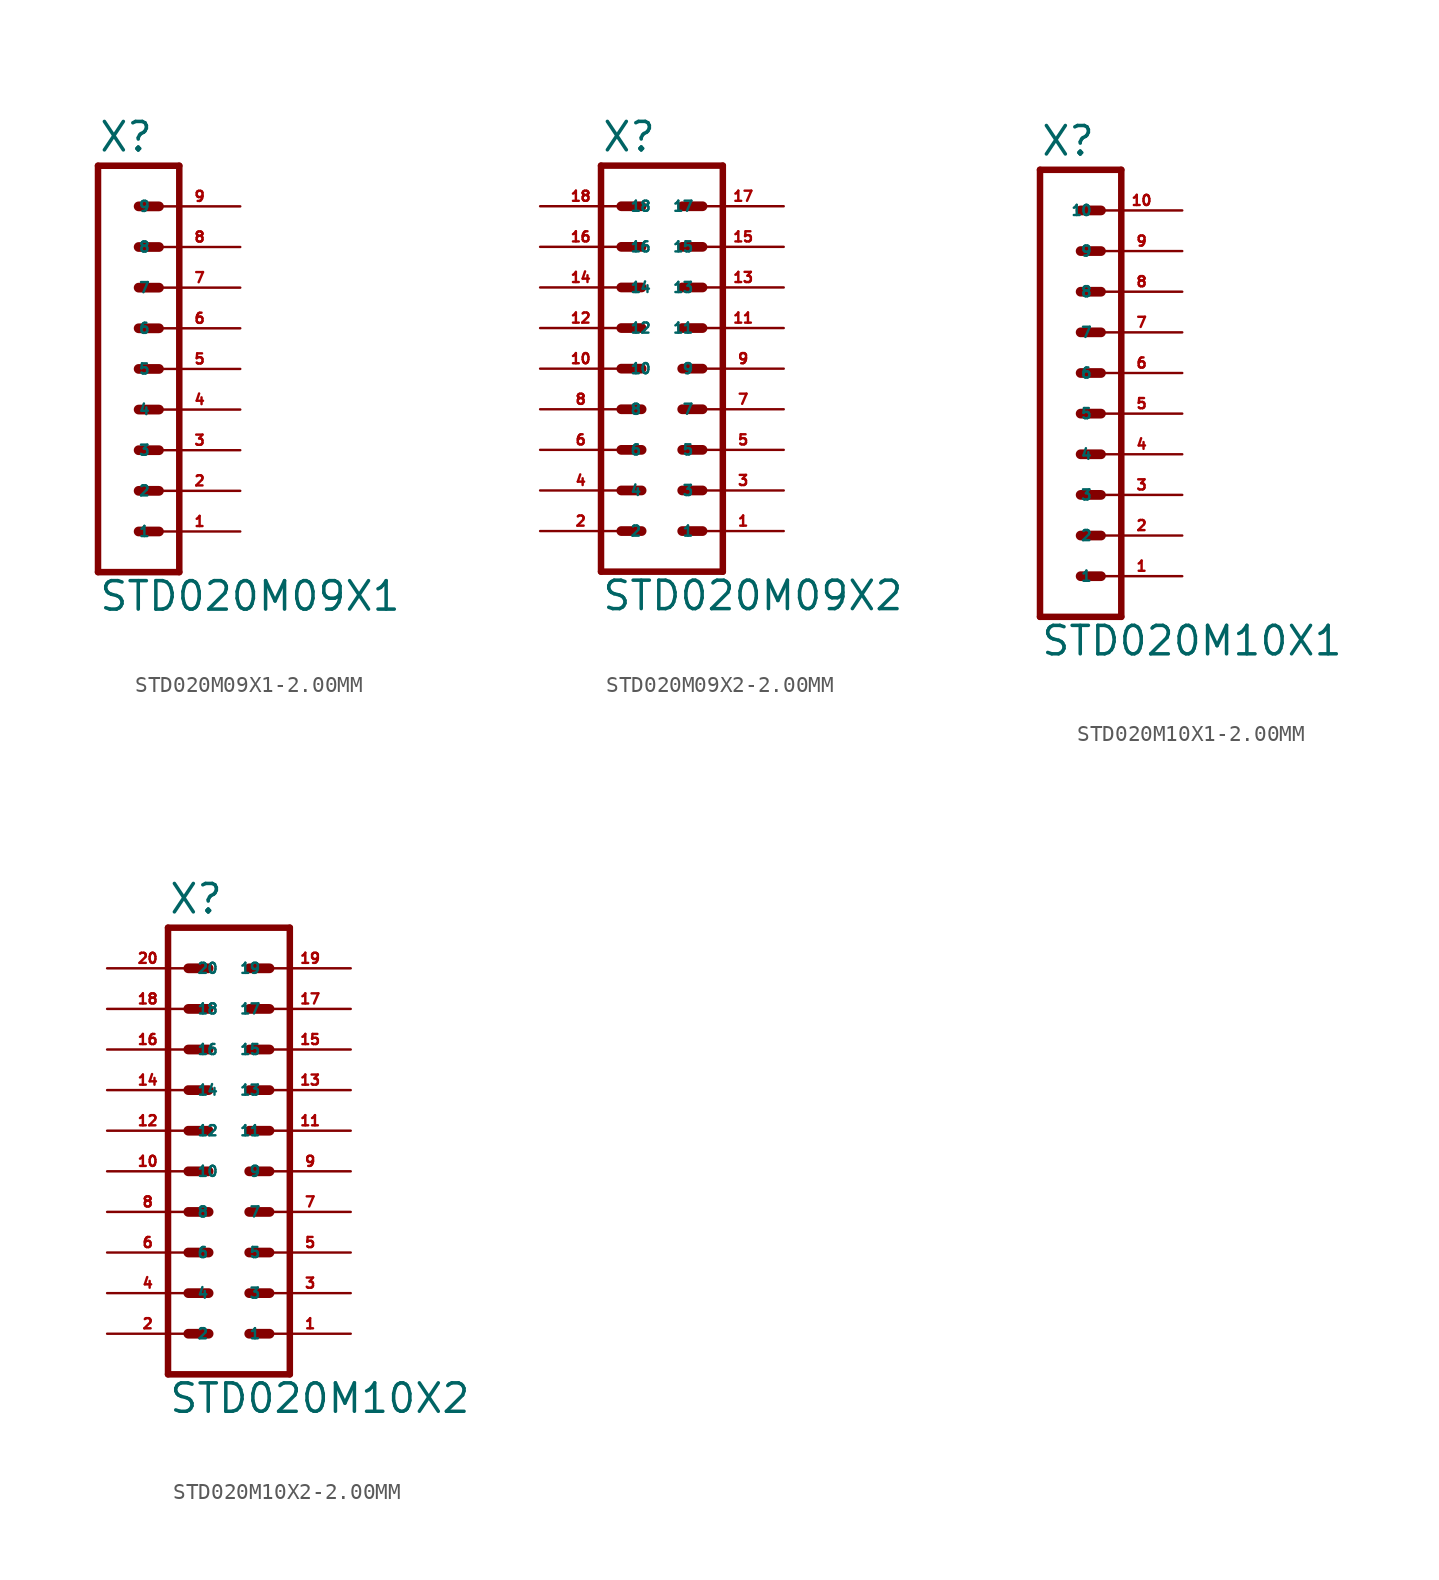
<source format=kicad_sym>
(kicad_symbol_lib
  (version 20220914)
  (generator Eagle2Kicad)
  (symbol "STD020M09X1-2.00MM"
    (property "Reference" "X"
      (at -1.27 13.462 0)
      (effects (font (size 1.778 1.778) (thickness 0.22)) (justify left bottom)))
    (property "Value" "STD020M09X1"
      (at -1.27 -15.24 0)
      (effects (font (size 1.778 1.778) (thickness 0.22)) (justify left bottom)))
    (polyline
      (pts (xy 3.81 -12.7) (xy -1.27 -12.7))
      (stroke (width 0.406) (type default))
      (fill (type none)))
    (polyline
      (pts (xy 1.27 -5.08) (xy 2.54 -5.08))
      (stroke (width 0.61) (type default))
      (fill (type none)))
    (polyline
      (pts (xy 1.27 -7.62) (xy 2.54 -7.62))
      (stroke (width 0.61) (type default))
      (fill (type none)))
    (polyline
      (pts (xy 1.27 -10.16) (xy 2.54 -10.16))
      (stroke (width 0.61) (type default))
      (fill (type none)))
    (polyline
      (pts (xy 1.27 0) (xy 2.54 0))
      (stroke (width 0.61) (type default))
      (fill (type none)))
    (polyline
      (pts (xy 1.27 -2.54) (xy 2.54 -2.54))
      (stroke (width 0.61) (type default))
      (fill (type none)))
    (polyline
      (pts (xy 1.27 7.62) (xy 2.54 7.62))
      (stroke (width 0.61) (type default))
      (fill (type none)))
    (polyline
      (pts (xy 1.27 5.08) (xy 2.54 5.08))
      (stroke (width 0.61) (type default))
      (fill (type none)))
    (polyline
      (pts (xy 1.27 2.54) (xy 2.54 2.54))
      (stroke (width 0.61) (type default))
      (fill (type none)))
    (polyline
      (pts (xy 1.27 10.16) (xy 2.54 10.16))
      (stroke (width 0.61) (type default))
      (fill (type none)))
    (polyline
      (pts (xy -1.27 12.7) (xy -1.27 -12.7))
      (stroke (width 0.406) (type default))
      (fill (type none)))
    (polyline
      (pts (xy 3.81 -12.7) (xy 3.81 12.7))
      (stroke (width 0.406) (type default))
      (fill (type none)))
    (polyline
      (pts (xy -1.27 12.7) (xy 3.81 12.7))
      (stroke (width 0.406) (type default))
      (fill (type none)))
    (pin passive line
      (at 7.62 -10.16 180)
      (length 5.08)
      (name "1" (effects (font (size 0.635 0.635) (thickness 0.08)) (justify left bottom)))
      (number "1" (effects (font (size 0.635 0.635) (thickness 0.08)) (justify left bottom))))
    (pin passive line
      (at 7.62 -7.62 180)
      (length 5.08)
      (name "2" (effects (font (size 0.635 0.635) (thickness 0.08)) (justify left bottom)))
      (number "2" (effects (font (size 0.635 0.635) (thickness 0.08)) (justify left bottom))))
    (pin passive line
      (at 7.62 -5.08 180)
      (length 5.08)
      (name "3" (effects (font (size 0.635 0.635) (thickness 0.08)) (justify left bottom)))
      (number "3" (effects (font (size 0.635 0.635) (thickness 0.08)) (justify left bottom))))
    (pin passive line
      (at 7.62 -2.54 180)
      (length 5.08)
      (name "4" (effects (font (size 0.635 0.635) (thickness 0.08)) (justify left bottom)))
      (number "4" (effects (font (size 0.635 0.635) (thickness 0.08)) (justify left bottom))))
    (pin passive line
      (at 7.62 0 180)
      (length 5.08)
      (name "5" (effects (font (size 0.635 0.635) (thickness 0.08)) (justify left bottom)))
      (number "5" (effects (font (size 0.635 0.635) (thickness 0.08)) (justify left bottom))))
    (pin passive line
      (at 7.62 2.54 180)
      (length 5.08)
      (name "6" (effects (font (size 0.635 0.635) (thickness 0.08)) (justify left bottom)))
      (number "6" (effects (font (size 0.635 0.635) (thickness 0.08)) (justify left bottom))))
    (pin passive line
      (at 7.62 5.08 180)
      (length 5.08)
      (name "7" (effects (font (size 0.635 0.635) (thickness 0.08)) (justify left bottom)))
      (number "7" (effects (font (size 0.635 0.635) (thickness 0.08)) (justify left bottom))))
    (pin passive line
      (at 7.62 7.62 180)
      (length 5.08)
      (name "8" (effects (font (size 0.635 0.635) (thickness 0.08)) (justify left bottom)))
      (number "8" (effects (font (size 0.635 0.635) (thickness 0.08)) (justify left bottom))))
    (pin passive line
      (at 7.62 10.16 180)
      (length 5.08)
      (name "9" (effects (font (size 0.635 0.635) (thickness 0.08)) (justify left bottom)))
      (number "9" (effects (font (size 0.635 0.635) (thickness 0.08)) (justify left bottom)))))
  (symbol "STD020M09X2-2.00MM"
    (property "Reference" "X"
      (at -3.81 13.462 0)
      (effects (font (size 1.778 1.778) (thickness 0.22)) (justify left bottom)))
    (property "Value" "STD020M09X2"
      (at -3.81 -15.24 0)
      (effects (font (size 1.778 1.778) (thickness 0.22)) (justify left bottom)))
    (polyline
      (pts (xy 3.81 -12.7) (xy -3.81 -12.7))
      (stroke (width 0.406) (type default))
      (fill (type none)))
    (polyline
      (pts (xy 1.27 -5.08) (xy 2.54 -5.08))
      (stroke (width 0.61) (type default))
      (fill (type none)))
    (polyline
      (pts (xy 1.27 -7.62) (xy 2.54 -7.62))
      (stroke (width 0.61) (type default))
      (fill (type none)))
    (polyline
      (pts (xy 1.27 -10.16) (xy 2.54 -10.16))
      (stroke (width 0.61) (type default))
      (fill (type none)))
    (polyline
      (pts (xy -2.54 -5.08) (xy -1.27 -5.08))
      (stroke (width 0.61) (type default))
      (fill (type none)))
    (polyline
      (pts (xy -2.54 -7.62) (xy -1.27 -7.62))
      (stroke (width 0.61) (type default))
      (fill (type none)))
    (polyline
      (pts (xy -2.54 -10.16) (xy -1.27 -10.16))
      (stroke (width 0.61) (type default))
      (fill (type none)))
    (polyline
      (pts (xy 1.27 0) (xy 2.54 0))
      (stroke (width 0.61) (type default))
      (fill (type none)))
    (polyline
      (pts (xy 1.27 -2.54) (xy 2.54 -2.54))
      (stroke (width 0.61) (type default))
      (fill (type none)))
    (polyline
      (pts (xy -2.54 0) (xy -1.27 0))
      (stroke (width 0.61) (type default))
      (fill (type none)))
    (polyline
      (pts (xy -2.54 -2.54) (xy -1.27 -2.54))
      (stroke (width 0.61) (type default))
      (fill (type none)))
    (polyline
      (pts (xy 1.27 7.62) (xy 2.54 7.62))
      (stroke (width 0.61) (type default))
      (fill (type none)))
    (polyline
      (pts (xy 1.27 5.08) (xy 2.54 5.08))
      (stroke (width 0.61) (type default))
      (fill (type none)))
    (polyline
      (pts (xy 1.27 2.54) (xy 2.54 2.54))
      (stroke (width 0.61) (type default))
      (fill (type none)))
    (polyline
      (pts (xy -2.54 7.62) (xy -1.27 7.62))
      (stroke (width 0.61) (type default))
      (fill (type none)))
    (polyline
      (pts (xy -2.54 5.08) (xy -1.27 5.08))
      (stroke (width 0.61) (type default))
      (fill (type none)))
    (polyline
      (pts (xy -2.54 2.54) (xy -1.27 2.54))
      (stroke (width 0.61) (type default))
      (fill (type none)))
    (polyline
      (pts (xy -3.81 12.7) (xy -3.81 -12.7))
      (stroke (width 0.406) (type default))
      (fill (type none)))
    (polyline
      (pts (xy 3.81 -12.7) (xy 3.81 12.7))
      (stroke (width 0.406) (type default))
      (fill (type none)))
    (polyline
      (pts (xy -3.81 12.7) (xy 3.81 12.7))
      (stroke (width 0.406) (type default))
      (fill (type none)))
    (polyline
      (pts (xy 1.27 10.16) (xy 2.54 10.16))
      (stroke (width 0.61) (type default))
      (fill (type none)))
    (polyline
      (pts (xy -2.54 10.16) (xy -1.27 10.16))
      (stroke (width 0.61) (type default))
      (fill (type none)))
    (pin passive line
      (at 7.62 -10.16 180)
      (length 5.08)
      (name "1" (effects (font (size 0.635 0.635) (thickness 0.08)) (justify left bottom)))
      (number "1" (effects (font (size 0.635 0.635) (thickness 0.08)) (justify left bottom))))
    (pin passive line
      (at 7.62 -7.62 180)
      (length 5.08)
      (name "3" (effects (font (size 0.635 0.635) (thickness 0.08)) (justify left bottom)))
      (number "3" (effects (font (size 0.635 0.635) (thickness 0.08)) (justify left bottom))))
    (pin passive line
      (at 7.62 -5.08 180)
      (length 5.08)
      (name "5" (effects (font (size 0.635 0.635) (thickness 0.08)) (justify left bottom)))
      (number "5" (effects (font (size 0.635 0.635) (thickness 0.08)) (justify left bottom))))
    (pin passive line
      (at -7.62 -10.16 0)
      (length 5.08)
      (name "2" (effects (font (size 0.635 0.635) (thickness 0.08)) (justify left bottom)))
      (number "2" (effects (font (size 0.635 0.635) (thickness 0.08)) (justify left bottom))))
    (pin passive line
      (at -7.62 -7.62 0)
      (length 5.08)
      (name "4" (effects (font (size 0.635 0.635) (thickness 0.08)) (justify left bottom)))
      (number "4" (effects (font (size 0.635 0.635) (thickness 0.08)) (justify left bottom))))
    (pin passive line
      (at -7.62 -5.08 0)
      (length 5.08)
      (name "6" (effects (font (size 0.635 0.635) (thickness 0.08)) (justify left bottom)))
      (number "6" (effects (font (size 0.635 0.635) (thickness 0.08)) (justify left bottom))))
    (pin passive line
      (at 7.62 -2.54 180)
      (length 5.08)
      (name "7" (effects (font (size 0.635 0.635) (thickness 0.08)) (justify left bottom)))
      (number "7" (effects (font (size 0.635 0.635) (thickness 0.08)) (justify left bottom))))
    (pin passive line
      (at 7.62 0 180)
      (length 5.08)
      (name "9" (effects (font (size 0.635 0.635) (thickness 0.08)) (justify left bottom)))
      (number "9" (effects (font (size 0.635 0.635) (thickness 0.08)) (justify left bottom))))
    (pin passive line
      (at -7.62 -2.54 0)
      (length 5.08)
      (name "8" (effects (font (size 0.635 0.635) (thickness 0.08)) (justify left bottom)))
      (number "8" (effects (font (size 0.635 0.635) (thickness 0.08)) (justify left bottom))))
    (pin passive line
      (at -7.62 0 0)
      (length 5.08)
      (name "10" (effects (font (size 0.635 0.635) (thickness 0.08)) (justify left bottom)))
      (number "10" (effects (font (size 0.635 0.635) (thickness 0.08)) (justify left bottom))))
    (pin passive line
      (at 7.62 2.54 180)
      (length 5.08)
      (name "11" (effects (font (size 0.635 0.635) (thickness 0.08)) (justify left bottom)))
      (number "11" (effects (font (size 0.635 0.635) (thickness 0.08)) (justify left bottom))))
    (pin passive line
      (at 7.62 5.08 180)
      (length 5.08)
      (name "13" (effects (font (size 0.635 0.635) (thickness 0.08)) (justify left bottom)))
      (number "13" (effects (font (size 0.635 0.635) (thickness 0.08)) (justify left bottom))))
    (pin passive line
      (at 7.62 7.62 180)
      (length 5.08)
      (name "15" (effects (font (size 0.635 0.635) (thickness 0.08)) (justify left bottom)))
      (number "15" (effects (font (size 0.635 0.635) (thickness 0.08)) (justify left bottom))))
    (pin passive line
      (at -7.62 2.54 0)
      (length 5.08)
      (name "12" (effects (font (size 0.635 0.635) (thickness 0.08)) (justify left bottom)))
      (number "12" (effects (font (size 0.635 0.635) (thickness 0.08)) (justify left bottom))))
    (pin passive line
      (at -7.62 5.08 0)
      (length 5.08)
      (name "14" (effects (font (size 0.635 0.635) (thickness 0.08)) (justify left bottom)))
      (number "14" (effects (font (size 0.635 0.635) (thickness 0.08)) (justify left bottom))))
    (pin passive line
      (at -7.62 7.62 0)
      (length 5.08)
      (name "16" (effects (font (size 0.635 0.635) (thickness 0.08)) (justify left bottom)))
      (number "16" (effects (font (size 0.635 0.635) (thickness 0.08)) (justify left bottom))))
    (pin passive line
      (at 7.62 10.16 180)
      (length 5.08)
      (name "17" (effects (font (size 0.635 0.635) (thickness 0.08)) (justify left bottom)))
      (number "17" (effects (font (size 0.635 0.635) (thickness 0.08)) (justify left bottom))))
    (pin passive line
      (at -7.62 10.16 0)
      (length 5.08)
      (name "18" (effects (font (size 0.635 0.635) (thickness 0.08)) (justify left bottom)))
      (number "18" (effects (font (size 0.635 0.635) (thickness 0.08)) (justify left bottom)))))
  (symbol "STD020M10X1-2.00MM"
    (property "Reference" "X"
      (at -1.27 16.002 0)
      (effects (font (size 1.778 1.778) (thickness 0.22)) (justify left bottom)))
    (property "Value" "STD020M10X1"
      (at -1.27 -15.24 0)
      (effects (font (size 1.778 1.778) (thickness 0.22)) (justify left bottom)))
    (polyline
      (pts (xy 3.81 -12.7) (xy -1.27 -12.7))
      (stroke (width 0.406) (type default))
      (fill (type none)))
    (polyline
      (pts (xy 1.27 -5.08) (xy 2.54 -5.08))
      (stroke (width 0.61) (type default))
      (fill (type none)))
    (polyline
      (pts (xy 1.27 -7.62) (xy 2.54 -7.62))
      (stroke (width 0.61) (type default))
      (fill (type none)))
    (polyline
      (pts (xy 1.27 -10.16) (xy 2.54 -10.16))
      (stroke (width 0.61) (type default))
      (fill (type none)))
    (polyline
      (pts (xy 1.27 0) (xy 2.54 0))
      (stroke (width 0.61) (type default))
      (fill (type none)))
    (polyline
      (pts (xy 1.27 -2.54) (xy 2.54 -2.54))
      (stroke (width 0.61) (type default))
      (fill (type none)))
    (polyline
      (pts (xy 1.27 7.62) (xy 2.54 7.62))
      (stroke (width 0.61) (type default))
      (fill (type none)))
    (polyline
      (pts (xy 1.27 5.08) (xy 2.54 5.08))
      (stroke (width 0.61) (type default))
      (fill (type none)))
    (polyline
      (pts (xy 1.27 2.54) (xy 2.54 2.54))
      (stroke (width 0.61) (type default))
      (fill (type none)))
    (polyline
      (pts (xy 1.27 12.7) (xy 2.54 12.7))
      (stroke (width 0.61) (type default))
      (fill (type none)))
    (polyline
      (pts (xy 1.27 10.16) (xy 2.54 10.16))
      (stroke (width 0.61) (type default))
      (fill (type none)))
    (polyline
      (pts (xy -1.27 15.24) (xy -1.27 -12.7))
      (stroke (width 0.406) (type default))
      (fill (type none)))
    (polyline
      (pts (xy 3.81 -12.7) (xy 3.81 15.24))
      (stroke (width 0.406) (type default))
      (fill (type none)))
    (polyline
      (pts (xy -1.27 15.24) (xy 3.81 15.24))
      (stroke (width 0.406) (type default))
      (fill (type none)))
    (pin passive line
      (at 7.62 -10.16 180)
      (length 5.08)
      (name "1" (effects (font (size 0.635 0.635) (thickness 0.08)) (justify left bottom)))
      (number "1" (effects (font (size 0.635 0.635) (thickness 0.08)) (justify left bottom))))
    (pin passive line
      (at 7.62 -7.62 180)
      (length 5.08)
      (name "2" (effects (font (size 0.635 0.635) (thickness 0.08)) (justify left bottom)))
      (number "2" (effects (font (size 0.635 0.635) (thickness 0.08)) (justify left bottom))))
    (pin passive line
      (at 7.62 -5.08 180)
      (length 5.08)
      (name "3" (effects (font (size 0.635 0.635) (thickness 0.08)) (justify left bottom)))
      (number "3" (effects (font (size 0.635 0.635) (thickness 0.08)) (justify left bottom))))
    (pin passive line
      (at 7.62 -2.54 180)
      (length 5.08)
      (name "4" (effects (font (size 0.635 0.635) (thickness 0.08)) (justify left bottom)))
      (number "4" (effects (font (size 0.635 0.635) (thickness 0.08)) (justify left bottom))))
    (pin passive line
      (at 7.62 0 180)
      (length 5.08)
      (name "5" (effects (font (size 0.635 0.635) (thickness 0.08)) (justify left bottom)))
      (number "5" (effects (font (size 0.635 0.635) (thickness 0.08)) (justify left bottom))))
    (pin passive line
      (at 7.62 2.54 180)
      (length 5.08)
      (name "6" (effects (font (size 0.635 0.635) (thickness 0.08)) (justify left bottom)))
      (number "6" (effects (font (size 0.635 0.635) (thickness 0.08)) (justify left bottom))))
    (pin passive line
      (at 7.62 5.08 180)
      (length 5.08)
      (name "7" (effects (font (size 0.635 0.635) (thickness 0.08)) (justify left bottom)))
      (number "7" (effects (font (size 0.635 0.635) (thickness 0.08)) (justify left bottom))))
    (pin passive line
      (at 7.62 7.62 180)
      (length 5.08)
      (name "8" (effects (font (size 0.635 0.635) (thickness 0.08)) (justify left bottom)))
      (number "8" (effects (font (size 0.635 0.635) (thickness 0.08)) (justify left bottom))))
    (pin passive line
      (at 7.62 10.16 180)
      (length 5.08)
      (name "9" (effects (font (size 0.635 0.635) (thickness 0.08)) (justify left bottom)))
      (number "9" (effects (font (size 0.635 0.635) (thickness 0.08)) (justify left bottom))))
    (pin passive line
      (at 7.62 12.7 180)
      (length 5.08)
      (name "10" (effects (font (size 0.635 0.635) (thickness 0.08)) (justify left bottom)))
      (number "10" (effects (font (size 0.635 0.635) (thickness 0.08)) (justify left bottom)))))
  (symbol "STD020M10X2-2.00MM"
    (property "Reference" "X"
      (at -3.81 16.002 0)
      (effects (font (size 1.778 1.778) (thickness 0.22)) (justify left bottom)))
    (property "Value" "STD020M10X2"
      (at -3.81 -15.24 0)
      (effects (font (size 1.778 1.778) (thickness 0.22)) (justify left bottom)))
    (polyline
      (pts (xy 3.81 -12.7) (xy -3.81 -12.7))
      (stroke (width 0.406) (type default))
      (fill (type none)))
    (polyline
      (pts (xy 1.27 -5.08) (xy 2.54 -5.08))
      (stroke (width 0.61) (type default))
      (fill (type none)))
    (polyline
      (pts (xy 1.27 -7.62) (xy 2.54 -7.62))
      (stroke (width 0.61) (type default))
      (fill (type none)))
    (polyline
      (pts (xy 1.27 -10.16) (xy 2.54 -10.16))
      (stroke (width 0.61) (type default))
      (fill (type none)))
    (polyline
      (pts (xy -2.54 -5.08) (xy -1.27 -5.08))
      (stroke (width 0.61) (type default))
      (fill (type none)))
    (polyline
      (pts (xy -2.54 -7.62) (xy -1.27 -7.62))
      (stroke (width 0.61) (type default))
      (fill (type none)))
    (polyline
      (pts (xy -2.54 -10.16) (xy -1.27 -10.16))
      (stroke (width 0.61) (type default))
      (fill (type none)))
    (polyline
      (pts (xy 1.27 0) (xy 2.54 0))
      (stroke (width 0.61) (type default))
      (fill (type none)))
    (polyline
      (pts (xy 1.27 -2.54) (xy 2.54 -2.54))
      (stroke (width 0.61) (type default))
      (fill (type none)))
    (polyline
      (pts (xy -2.54 0) (xy -1.27 0))
      (stroke (width 0.61) (type default))
      (fill (type none)))
    (polyline
      (pts (xy -2.54 -2.54) (xy -1.27 -2.54))
      (stroke (width 0.61) (type default))
      (fill (type none)))
    (polyline
      (pts (xy 1.27 7.62) (xy 2.54 7.62))
      (stroke (width 0.61) (type default))
      (fill (type none)))
    (polyline
      (pts (xy 1.27 5.08) (xy 2.54 5.08))
      (stroke (width 0.61) (type default))
      (fill (type none)))
    (polyline
      (pts (xy 1.27 2.54) (xy 2.54 2.54))
      (stroke (width 0.61) (type default))
      (fill (type none)))
    (polyline
      (pts (xy -2.54 7.62) (xy -1.27 7.62))
      (stroke (width 0.61) (type default))
      (fill (type none)))
    (polyline
      (pts (xy -2.54 5.08) (xy -1.27 5.08))
      (stroke (width 0.61) (type default))
      (fill (type none)))
    (polyline
      (pts (xy -2.54 2.54) (xy -1.27 2.54))
      (stroke (width 0.61) (type default))
      (fill (type none)))
    (polyline
      (pts (xy -3.81 15.24) (xy -3.81 -12.7))
      (stroke (width 0.406) (type default))
      (fill (type none)))
    (polyline
      (pts (xy 3.81 -12.7) (xy 3.81 15.24))
      (stroke (width 0.406) (type default))
      (fill (type none)))
    (polyline
      (pts (xy -3.81 15.24) (xy 3.81 15.24))
      (stroke (width 0.406) (type default))
      (fill (type none)))
    (polyline
      (pts (xy 1.27 12.7) (xy 2.54 12.7))
      (stroke (width 0.61) (type default))
      (fill (type none)))
    (polyline
      (pts (xy 1.27 10.16) (xy 2.54 10.16))
      (stroke (width 0.61) (type default))
      (fill (type none)))
    (polyline
      (pts (xy -2.54 12.7) (xy -1.27 12.7))
      (stroke (width 0.61) (type default))
      (fill (type none)))
    (polyline
      (pts (xy -2.54 10.16) (xy -1.27 10.16))
      (stroke (width 0.61) (type default))
      (fill (type none)))
    (pin passive line
      (at 7.62 -10.16 180)
      (length 5.08)
      (name "1" (effects (font (size 0.635 0.635) (thickness 0.08)) (justify left bottom)))
      (number "1" (effects (font (size 0.635 0.635) (thickness 0.08)) (justify left bottom))))
    (pin passive line
      (at 7.62 -7.62 180)
      (length 5.08)
      (name "3" (effects (font (size 0.635 0.635) (thickness 0.08)) (justify left bottom)))
      (number "3" (effects (font (size 0.635 0.635) (thickness 0.08)) (justify left bottom))))
    (pin passive line
      (at 7.62 -5.08 180)
      (length 5.08)
      (name "5" (effects (font (size 0.635 0.635) (thickness 0.08)) (justify left bottom)))
      (number "5" (effects (font (size 0.635 0.635) (thickness 0.08)) (justify left bottom))))
    (pin passive line
      (at -7.62 -10.16 0)
      (length 5.08)
      (name "2" (effects (font (size 0.635 0.635) (thickness 0.08)) (justify left bottom)))
      (number "2" (effects (font (size 0.635 0.635) (thickness 0.08)) (justify left bottom))))
    (pin passive line
      (at -7.62 -7.62 0)
      (length 5.08)
      (name "4" (effects (font (size 0.635 0.635) (thickness 0.08)) (justify left bottom)))
      (number "4" (effects (font (size 0.635 0.635) (thickness 0.08)) (justify left bottom))))
    (pin passive line
      (at -7.62 -5.08 0)
      (length 5.08)
      (name "6" (effects (font (size 0.635 0.635) (thickness 0.08)) (justify left bottom)))
      (number "6" (effects (font (size 0.635 0.635) (thickness 0.08)) (justify left bottom))))
    (pin passive line
      (at 7.62 -2.54 180)
      (length 5.08)
      (name "7" (effects (font (size 0.635 0.635) (thickness 0.08)) (justify left bottom)))
      (number "7" (effects (font (size 0.635 0.635) (thickness 0.08)) (justify left bottom))))
    (pin passive line
      (at 7.62 0 180)
      (length 5.08)
      (name "9" (effects (font (size 0.635 0.635) (thickness 0.08)) (justify left bottom)))
      (number "9" (effects (font (size 0.635 0.635) (thickness 0.08)) (justify left bottom))))
    (pin passive line
      (at -7.62 -2.54 0)
      (length 5.08)
      (name "8" (effects (font (size 0.635 0.635) (thickness 0.08)) (justify left bottom)))
      (number "8" (effects (font (size 0.635 0.635) (thickness 0.08)) (justify left bottom))))
    (pin passive line
      (at -7.62 0 0)
      (length 5.08)
      (name "10" (effects (font (size 0.635 0.635) (thickness 0.08)) (justify left bottom)))
      (number "10" (effects (font (size 0.635 0.635) (thickness 0.08)) (justify left bottom))))
    (pin passive line
      (at 7.62 2.54 180)
      (length 5.08)
      (name "11" (effects (font (size 0.635 0.635) (thickness 0.08)) (justify left bottom)))
      (number "11" (effects (font (size 0.635 0.635) (thickness 0.08)) (justify left bottom))))
    (pin passive line
      (at 7.62 5.08 180)
      (length 5.08)
      (name "13" (effects (font (size 0.635 0.635) (thickness 0.08)) (justify left bottom)))
      (number "13" (effects (font (size 0.635 0.635) (thickness 0.08)) (justify left bottom))))
    (pin passive line
      (at 7.62 7.62 180)
      (length 5.08)
      (name "15" (effects (font (size 0.635 0.635) (thickness 0.08)) (justify left bottom)))
      (number "15" (effects (font (size 0.635 0.635) (thickness 0.08)) (justify left bottom))))
    (pin passive line
      (at -7.62 2.54 0)
      (length 5.08)
      (name "12" (effects (font (size 0.635 0.635) (thickness 0.08)) (justify left bottom)))
      (number "12" (effects (font (size 0.635 0.635) (thickness 0.08)) (justify left bottom))))
    (pin passive line
      (at -7.62 5.08 0)
      (length 5.08)
      (name "14" (effects (font (size 0.635 0.635) (thickness 0.08)) (justify left bottom)))
      (number "14" (effects (font (size 0.635 0.635) (thickness 0.08)) (justify left bottom))))
    (pin passive line
      (at -7.62 7.62 0)
      (length 5.08)
      (name "16" (effects (font (size 0.635 0.635) (thickness 0.08)) (justify left bottom)))
      (number "16" (effects (font (size 0.635 0.635) (thickness 0.08)) (justify left bottom))))
    (pin passive line
      (at 7.62 10.16 180)
      (length 5.08)
      (name "17" (effects (font (size 0.635 0.635) (thickness 0.08)) (justify left bottom)))
      (number "17" (effects (font (size 0.635 0.635) (thickness 0.08)) (justify left bottom))))
    (pin passive line
      (at 7.62 12.7 180)
      (length 5.08)
      (name "19" (effects (font (size 0.635 0.635) (thickness 0.08)) (justify left bottom)))
      (number "19" (effects (font (size 0.635 0.635) (thickness 0.08)) (justify left bottom))))
    (pin passive line
      (at -7.62 10.16 0)
      (length 5.08)
      (name "18" (effects (font (size 0.635 0.635) (thickness 0.08)) (justify left bottom)))
      (number "18" (effects (font (size 0.635 0.635) (thickness 0.08)) (justify left bottom))))
    (pin passive line
      (at -7.62 12.7 0)
      (length 5.08)
      (name "20" (effects (font (size 0.635 0.635) (thickness 0.08)) (justify left bottom)))
      (number "20" (effects (font (size 0.635 0.635) (thickness 0.08)) (justify left bottom))))))
</source>
